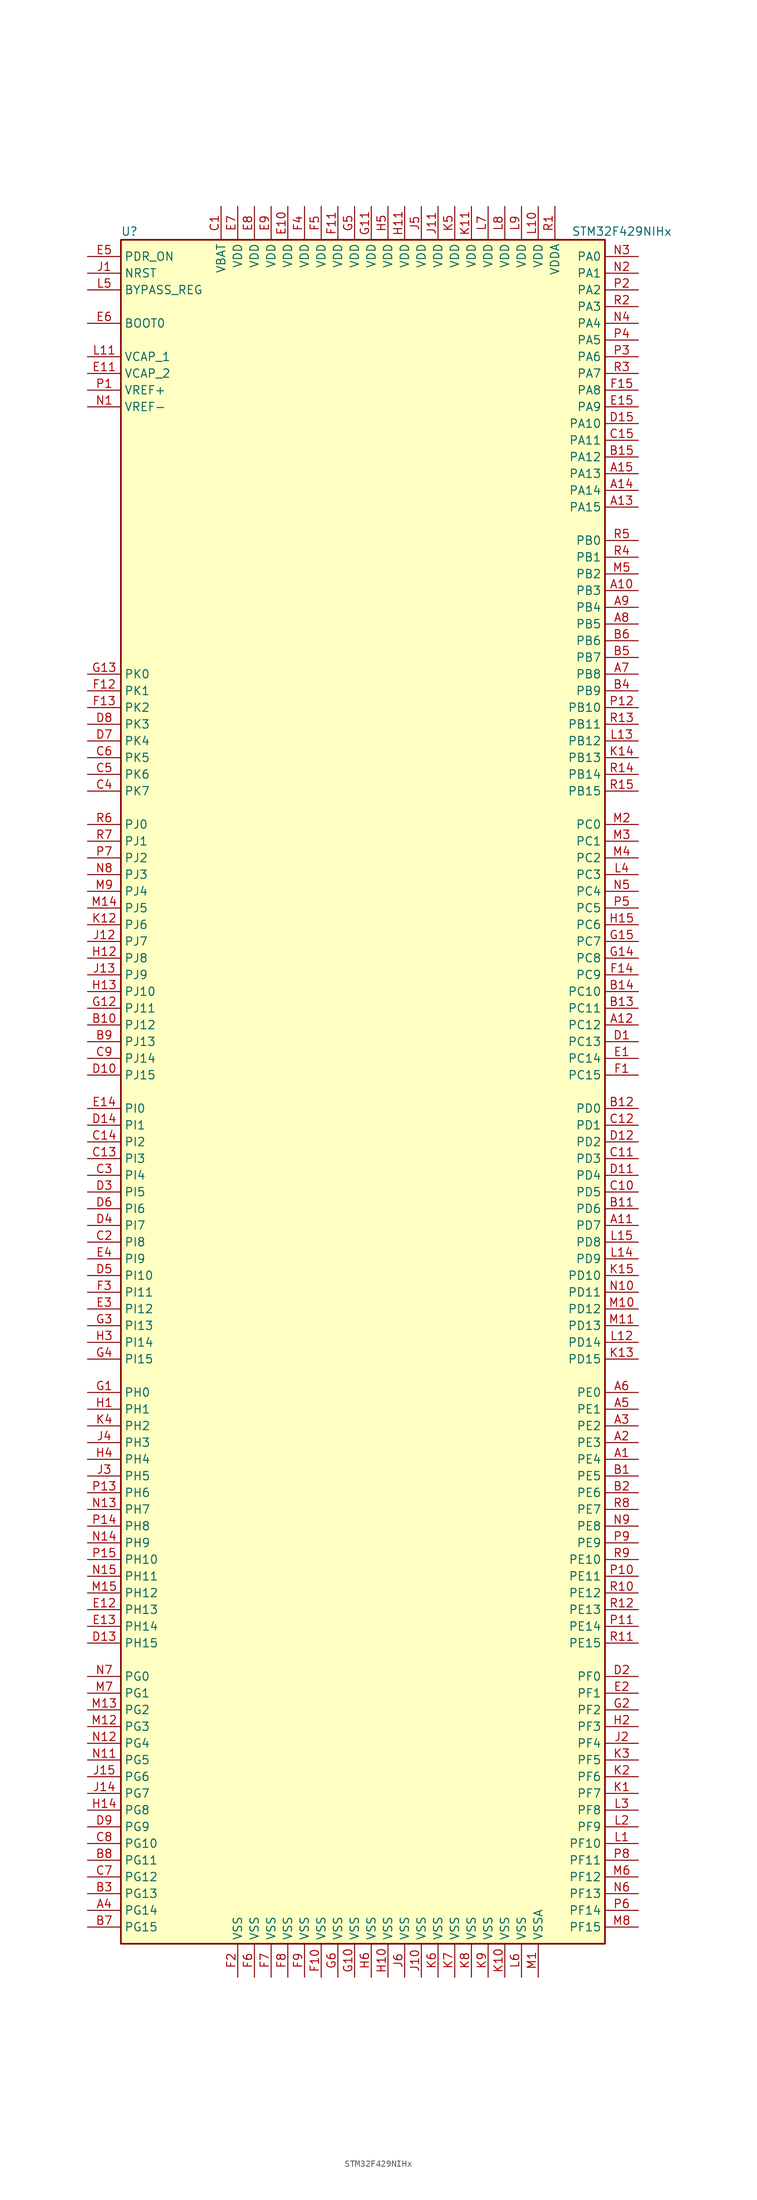
<source format=kicad_sym>
(kicad_symbol_lib
  (version 20201005)
  (generator kicad_symbol_editor)
  (symbol "MCU_ST_STM32F4:STM32F429NIHx"
    (property "Reference" "U"
      (at -38.1 130.81 0)
      (effects (font (size 1.27 1.27)) (justify left)))
    (property "Value" "STM32F429NIHx"
      (at 30.48 130.81 0)
      (effects (font (size 1.27 1.27)) (justify left)))
    (symbol "STM32F429NIHx_0_1"
      (rectangle (start -38.1 -129.54) (end 35.56 129.54) (stroke (width 0.254)) (fill (type background))))
    (symbol "STM32F429NIHx_1_1"
      (pin input line (at -43.18 116.84 0) (length 5.08) (name "BOOT0" (effects (font (size 1.27 1.27)))) (number "E6" (effects (font (size 1.27 1.27)))))
      (pin input line (at -43.18 121.92 0) (length 5.08) (name "BYPASS_REG" (effects (font (size 1.27 1.27)))) (number "L5" (effects (font (size 1.27 1.27)))))
      (pin input line (at -43.18 124.46 0) (length 5.08) (name "NRST" (effects (font (size 1.27 1.27)))) (number "J1" (effects (font (size 1.27 1.27)))))
      (pin bidirectional line (at 40.64 127 180) (length 5.08) (name "PA0" (effects (font (size 1.27 1.27)))) (number "N3" (effects (font (size 1.27 1.27)))))
      (pin bidirectional line (at 40.64 124.46 180) (length 5.08) (name "PA1" (effects (font (size 1.27 1.27)))) (number "N2" (effects (font (size 1.27 1.27)))))
      (pin bidirectional line (at 40.64 101.6 180) (length 5.08) (name "PA10" (effects (font (size 1.27 1.27)))) (number "D15" (effects (font (size 1.27 1.27)))))
      (pin bidirectional line (at 40.64 99.06 180) (length 5.08) (name "PA11" (effects (font (size 1.27 1.27)))) (number "C15" (effects (font (size 1.27 1.27)))))
      (pin bidirectional line (at 40.64 96.52 180) (length 5.08) (name "PA12" (effects (font (size 1.27 1.27)))) (number "B15" (effects (font (size 1.27 1.27)))))
      (pin bidirectional line (at 40.64 93.98 180) (length 5.08) (name "PA13" (effects (font (size 1.27 1.27)))) (number "A15" (effects (font (size 1.27 1.27)))))
      (pin bidirectional line (at 40.64 91.44 180) (length 5.08) (name "PA14" (effects (font (size 1.27 1.27)))) (number "A14" (effects (font (size 1.27 1.27)))))
      (pin bidirectional line (at 40.64 88.9 180) (length 5.08) (name "PA15" (effects (font (size 1.27 1.27)))) (number "A13" (effects (font (size 1.27 1.27)))))
      (pin bidirectional line (at 40.64 121.92 180) (length 5.08) (name "PA2" (effects (font (size 1.27 1.27)))) (number "P2" (effects (font (size 1.27 1.27)))))
      (pin bidirectional line (at 40.64 119.38 180) (length 5.08) (name "PA3" (effects (font (size 1.27 1.27)))) (number "R2" (effects (font (size 1.27 1.27)))))
      (pin bidirectional line (at 40.64 116.84 180) (length 5.08) (name "PA4" (effects (font (size 1.27 1.27)))) (number "N4" (effects (font (size 1.27 1.27)))))
      (pin bidirectional line (at 40.64 114.3 180) (length 5.08) (name "PA5" (effects (font (size 1.27 1.27)))) (number "P4" (effects (font (size 1.27 1.27)))))
      (pin bidirectional line (at 40.64 111.76 180) (length 5.08) (name "PA6" (effects (font (size 1.27 1.27)))) (number "P3" (effects (font (size 1.27 1.27)))))
      (pin bidirectional line (at 40.64 109.22 180) (length 5.08) (name "PA7" (effects (font (size 1.27 1.27)))) (number "R3" (effects (font (size 1.27 1.27)))))
      (pin bidirectional line (at 40.64 106.68 180) (length 5.08) (name "PA8" (effects (font (size 1.27 1.27)))) (number "F15" (effects (font (size 1.27 1.27)))))
      (pin bidirectional line (at 40.64 104.14 180) (length 5.08) (name "PA9" (effects (font (size 1.27 1.27)))) (number "E15" (effects (font (size 1.27 1.27)))))
      (pin bidirectional line (at 40.64 83.82 180) (length 5.08) (name "PB0" (effects (font (size 1.27 1.27)))) (number "R5" (effects (font (size 1.27 1.27)))))
      (pin bidirectional line (at 40.64 81.28 180) (length 5.08) (name "PB1" (effects (font (size 1.27 1.27)))) (number "R4" (effects (font (size 1.27 1.27)))))
      (pin bidirectional line (at 40.64 58.42 180) (length 5.08) (name "PB10" (effects (font (size 1.27 1.27)))) (number "P12" (effects (font (size 1.27 1.27)))))
      (pin bidirectional line (at 40.64 55.88 180) (length 5.08) (name "PB11" (effects (font (size 1.27 1.27)))) (number "R13" (effects (font (size 1.27 1.27)))))
      (pin bidirectional line (at 40.64 53.34 180) (length 5.08) (name "PB12" (effects (font (size 1.27 1.27)))) (number "L13" (effects (font (size 1.27 1.27)))))
      (pin bidirectional line (at 40.64 50.8 180) (length 5.08) (name "PB13" (effects (font (size 1.27 1.27)))) (number "K14" (effects (font (size 1.27 1.27)))))
      (pin bidirectional line (at 40.64 48.26 180) (length 5.08) (name "PB14" (effects (font (size 1.27 1.27)))) (number "R14" (effects (font (size 1.27 1.27)))))
      (pin bidirectional line (at 40.64 45.72 180) (length 5.08) (name "PB15" (effects (font (size 1.27 1.27)))) (number "R15" (effects (font (size 1.27 1.27)))))
      (pin bidirectional line (at 40.64 78.74 180) (length 5.08) (name "PB2" (effects (font (size 1.27 1.27)))) (number "M5" (effects (font (size 1.27 1.27)))))
      (pin bidirectional line (at 40.64 76.2 180) (length 5.08) (name "PB3" (effects (font (size 1.27 1.27)))) (number "A10" (effects (font (size 1.27 1.27)))))
      (pin bidirectional line (at 40.64 73.66 180) (length 5.08) (name "PB4" (effects (font (size 1.27 1.27)))) (number "A9" (effects (font (size 1.27 1.27)))))
      (pin bidirectional line (at 40.64 71.12 180) (length 5.08) (name "PB5" (effects (font (size 1.27 1.27)))) (number "A8" (effects (font (size 1.27 1.27)))))
      (pin bidirectional line (at 40.64 68.58 180) (length 5.08) (name "PB6" (effects (font (size 1.27 1.27)))) (number "B6" (effects (font (size 1.27 1.27)))))
      (pin bidirectional line (at 40.64 66.04 180) (length 5.08) (name "PB7" (effects (font (size 1.27 1.27)))) (number "B5" (effects (font (size 1.27 1.27)))))
      (pin bidirectional line (at 40.64 63.5 180) (length 5.08) (name "PB8" (effects (font (size 1.27 1.27)))) (number "A7" (effects (font (size 1.27 1.27)))))
      (pin bidirectional line (at 40.64 60.96 180) (length 5.08) (name "PB9" (effects (font (size 1.27 1.27)))) (number "B4" (effects (font (size 1.27 1.27)))))
      (pin bidirectional line (at 40.64 40.64 180) (length 5.08) (name "PC0" (effects (font (size 1.27 1.27)))) (number "M2" (effects (font (size 1.27 1.27)))))
      (pin bidirectional line (at 40.64 38.1 180) (length 5.08) (name "PC1" (effects (font (size 1.27 1.27)))) (number "M3" (effects (font (size 1.27 1.27)))))
      (pin bidirectional line (at 40.64 15.24 180) (length 5.08) (name "PC10" (effects (font (size 1.27 1.27)))) (number "B14" (effects (font (size 1.27 1.27)))))
      (pin bidirectional line (at 40.64 12.7 180) (length 5.08) (name "PC11" (effects (font (size 1.27 1.27)))) (number "B13" (effects (font (size 1.27 1.27)))))
      (pin bidirectional line (at 40.64 10.16 180) (length 5.08) (name "PC12" (effects (font (size 1.27 1.27)))) (number "A12" (effects (font (size 1.27 1.27)))))
      (pin bidirectional line (at 40.64 7.62 180) (length 5.08) (name "PC13" (effects (font (size 1.27 1.27)))) (number "D1" (effects (font (size 1.27 1.27)))))
      (pin bidirectional line (at 40.64 5.08 180) (length 5.08) (name "PC14" (effects (font (size 1.27 1.27)))) (number "E1" (effects (font (size 1.27 1.27)))))
      (pin bidirectional line (at 40.64 2.54 180) (length 5.08) (name "PC15" (effects (font (size 1.27 1.27)))) (number "F1" (effects (font (size 1.27 1.27)))))
      (pin bidirectional line (at 40.64 35.56 180) (length 5.08) (name "PC2" (effects (font (size 1.27 1.27)))) (number "M4" (effects (font (size 1.27 1.27)))))
      (pin bidirectional line (at 40.64 33.02 180) (length 5.08) (name "PC3" (effects (font (size 1.27 1.27)))) (number "L4" (effects (font (size 1.27 1.27)))))
      (pin bidirectional line (at 40.64 30.48 180) (length 5.08) (name "PC4" (effects (font (size 1.27 1.27)))) (number "N5" (effects (font (size 1.27 1.27)))))
      (pin bidirectional line (at 40.64 27.94 180) (length 5.08) (name "PC5" (effects (font (size 1.27 1.27)))) (number "P5" (effects (font (size 1.27 1.27)))))
      (pin bidirectional line (at 40.64 25.4 180) (length 5.08) (name "PC6" (effects (font (size 1.27 1.27)))) (number "H15" (effects (font (size 1.27 1.27)))))
      (pin bidirectional line (at 40.64 22.86 180) (length 5.08) (name "PC7" (effects (font (size 1.27 1.27)))) (number "G15" (effects (font (size 1.27 1.27)))))
      (pin bidirectional line (at 40.64 20.32 180) (length 5.08) (name "PC8" (effects (font (size 1.27 1.27)))) (number "G14" (effects (font (size 1.27 1.27)))))
      (pin bidirectional line (at 40.64 17.78 180) (length 5.08) (name "PC9" (effects (font (size 1.27 1.27)))) (number "F14" (effects (font (size 1.27 1.27)))))
      (pin bidirectional line (at 40.64 -2.54 180) (length 5.08) (name "PD0" (effects (font (size 1.27 1.27)))) (number "B12" (effects (font (size 1.27 1.27)))))
      (pin bidirectional line (at 40.64 -5.08 180) (length 5.08) (name "PD1" (effects (font (size 1.27 1.27)))) (number "C12" (effects (font (size 1.27 1.27)))))
      (pin bidirectional line (at 40.64 -27.94 180) (length 5.08) (name "PD10" (effects (font (size 1.27 1.27)))) (number "K15" (effects (font (size 1.27 1.27)))))
      (pin bidirectional line (at 40.64 -30.48 180) (length 5.08) (name "PD11" (effects (font (size 1.27 1.27)))) (number "N10" (effects (font (size 1.27 1.27)))))
      (pin bidirectional line (at 40.64 -33.02 180) (length 5.08) (name "PD12" (effects (font (size 1.27 1.27)))) (number "M10" (effects (font (size 1.27 1.27)))))
      (pin bidirectional line (at 40.64 -35.56 180) (length 5.08) (name "PD13" (effects (font (size 1.27 1.27)))) (number "M11" (effects (font (size 1.27 1.27)))))
      (pin bidirectional line (at 40.64 -38.1 180) (length 5.08) (name "PD14" (effects (font (size 1.27 1.27)))) (number "L12" (effects (font (size 1.27 1.27)))))
      (pin bidirectional line (at 40.64 -40.64 180) (length 5.08) (name "PD15" (effects (font (size 1.27 1.27)))) (number "K13" (effects (font (size 1.27 1.27)))))
      (pin bidirectional line (at 40.64 -7.62 180) (length 5.08) (name "PD2" (effects (font (size 1.27 1.27)))) (number "D12" (effects (font (size 1.27 1.27)))))
      (pin bidirectional line (at 40.64 -10.16 180) (length 5.08) (name "PD3" (effects (font (size 1.27 1.27)))) (number "C11" (effects (font (size 1.27 1.27)))))
      (pin bidirectional line (at 40.64 -12.7 180) (length 5.08) (name "PD4" (effects (font (size 1.27 1.27)))) (number "D11" (effects (font (size 1.27 1.27)))))
      (pin bidirectional line (at 40.64 -15.24 180) (length 5.08) (name "PD5" (effects (font (size 1.27 1.27)))) (number "C10" (effects (font (size 1.27 1.27)))))
      (pin bidirectional line (at 40.64 -17.78 180) (length 5.08) (name "PD6" (effects (font (size 1.27 1.27)))) (number "B11" (effects (font (size 1.27 1.27)))))
      (pin bidirectional line (at 40.64 -20.32 180) (length 5.08) (name "PD7" (effects (font (size 1.27 1.27)))) (number "A11" (effects (font (size 1.27 1.27)))))
      (pin bidirectional line (at 40.64 -22.86 180) (length 5.08) (name "PD8" (effects (font (size 1.27 1.27)))) (number "L15" (effects (font (size 1.27 1.27)))))
      (pin bidirectional line (at 40.64 -25.4 180) (length 5.08) (name "PD9" (effects (font (size 1.27 1.27)))) (number "L14" (effects (font (size 1.27 1.27)))))
      (pin input line (at -43.18 127 0) (length 5.08) (name "PDR_ON" (effects (font (size 1.27 1.27)))) (number "E5" (effects (font (size 1.27 1.27)))))
      (pin bidirectional line (at 40.64 -45.72 180) (length 5.08) (name "PE0" (effects (font (size 1.27 1.27)))) (number "A6" (effects (font (size 1.27 1.27)))))
      (pin bidirectional line (at 40.64 -48.26 180) (length 5.08) (name "PE1" (effects (font (size 1.27 1.27)))) (number "A5" (effects (font (size 1.27 1.27)))))
      (pin bidirectional line (at 40.64 -71.12 180) (length 5.08) (name "PE10" (effects (font (size 1.27 1.27)))) (number "R9" (effects (font (size 1.27 1.27)))))
      (pin bidirectional line (at 40.64 -73.66 180) (length 5.08) (name "PE11" (effects (font (size 1.27 1.27)))) (number "P10" (effects (font (size 1.27 1.27)))))
      (pin bidirectional line (at 40.64 -76.2 180) (length 5.08) (name "PE12" (effects (font (size 1.27 1.27)))) (number "R10" (effects (font (size 1.27 1.27)))))
      (pin bidirectional line (at 40.64 -78.74 180) (length 5.08) (name "PE13" (effects (font (size 1.27 1.27)))) (number "R12" (effects (font (size 1.27 1.27)))))
      (pin bidirectional line (at 40.64 -81.28 180) (length 5.08) (name "PE14" (effects (font (size 1.27 1.27)))) (number "P11" (effects (font (size 1.27 1.27)))))
      (pin bidirectional line (at 40.64 -83.82 180) (length 5.08) (name "PE15" (effects (font (size 1.27 1.27)))) (number "R11" (effects (font (size 1.27 1.27)))))
      (pin bidirectional line (at 40.64 -50.8 180) (length 5.08) (name "PE2" (effects (font (size 1.27 1.27)))) (number "A3" (effects (font (size 1.27 1.27)))))
      (pin bidirectional line (at 40.64 -53.34 180) (length 5.08) (name "PE3" (effects (font (size 1.27 1.27)))) (number "A2" (effects (font (size 1.27 1.27)))))
      (pin bidirectional line (at 40.64 -55.88 180) (length 5.08) (name "PE4" (effects (font (size 1.27 1.27)))) (number "A1" (effects (font (size 1.27 1.27)))))
      (pin bidirectional line (at 40.64 -58.42 180) (length 5.08) (name "PE5" (effects (font (size 1.27 1.27)))) (number "B1" (effects (font (size 1.27 1.27)))))
      (pin bidirectional line (at 40.64 -60.96 180) (length 5.08) (name "PE6" (effects (font (size 1.27 1.27)))) (number "B2" (effects (font (size 1.27 1.27)))))
      (pin bidirectional line (at 40.64 -63.5 180) (length 5.08) (name "PE7" (effects (font (size 1.27 1.27)))) (number "R8" (effects (font (size 1.27 1.27)))))
      (pin bidirectional line (at 40.64 -66.04 180) (length 5.08) (name "PE8" (effects (font (size 1.27 1.27)))) (number "N9" (effects (font (size 1.27 1.27)))))
      (pin bidirectional line (at 40.64 -68.58 180) (length 5.08) (name "PE9" (effects (font (size 1.27 1.27)))) (number "P9" (effects (font (size 1.27 1.27)))))
      (pin bidirectional line (at 40.64 -88.9 180) (length 5.08) (name "PF0" (effects (font (size 1.27 1.27)))) (number "D2" (effects (font (size 1.27 1.27)))))
      (pin bidirectional line (at 40.64 -91.44 180) (length 5.08) (name "PF1" (effects (font (size 1.27 1.27)))) (number "E2" (effects (font (size 1.27 1.27)))))
      (pin bidirectional line (at 40.64 -114.3 180) (length 5.08) (name "PF10" (effects (font (size 1.27 1.27)))) (number "L1" (effects (font (size 1.27 1.27)))))
      (pin bidirectional line (at 40.64 -116.84 180) (length 5.08) (name "PF11" (effects (font (size 1.27 1.27)))) (number "P8" (effects (font (size 1.27 1.27)))))
      (pin bidirectional line (at 40.64 -119.38 180) (length 5.08) (name "PF12" (effects (font (size 1.27 1.27)))) (number "M6" (effects (font (size 1.27 1.27)))))
      (pin bidirectional line (at 40.64 -121.92 180) (length 5.08) (name "PF13" (effects (font (size 1.27 1.27)))) (number "N6" (effects (font (size 1.27 1.27)))))
      (pin bidirectional line (at 40.64 -124.46 180) (length 5.08) (name "PF14" (effects (font (size 1.27 1.27)))) (number "P6" (effects (font (size 1.27 1.27)))))
      (pin bidirectional line (at 40.64 -127 180) (length 5.08) (name "PF15" (effects (font (size 1.27 1.27)))) (number "M8" (effects (font (size 1.27 1.27)))))
      (pin bidirectional line (at 40.64 -93.98 180) (length 5.08) (name "PF2" (effects (font (size 1.27 1.27)))) (number "G2" (effects (font (size 1.27 1.27)))))
      (pin bidirectional line (at 40.64 -96.52 180) (length 5.08) (name "PF3" (effects (font (size 1.27 1.27)))) (number "H2" (effects (font (size 1.27 1.27)))))
      (pin bidirectional line (at 40.64 -99.06 180) (length 5.08) (name "PF4" (effects (font (size 1.27 1.27)))) (number "J2" (effects (font (size 1.27 1.27)))))
      (pin bidirectional line (at 40.64 -101.6 180) (length 5.08) (name "PF5" (effects (font (size 1.27 1.27)))) (number "K3" (effects (font (size 1.27 1.27)))))
      (pin bidirectional line (at 40.64 -104.14 180) (length 5.08) (name "PF6" (effects (font (size 1.27 1.27)))) (number "K2" (effects (font (size 1.27 1.27)))))
      (pin bidirectional line (at 40.64 -106.68 180) (length 5.08) (name "PF7" (effects (font (size 1.27 1.27)))) (number "K1" (effects (font (size 1.27 1.27)))))
      (pin bidirectional line (at 40.64 -109.22 180) (length 5.08) (name "PF8" (effects (font (size 1.27 1.27)))) (number "L3" (effects (font (size 1.27 1.27)))))
      (pin bidirectional line (at 40.64 -111.76 180) (length 5.08) (name "PF9" (effects (font (size 1.27 1.27)))) (number "L2" (effects (font (size 1.27 1.27)))))
      (pin bidirectional line (at -43.18 -88.9 0) (length 5.08) (name "PG0" (effects (font (size 1.27 1.27)))) (number "N7" (effects (font (size 1.27 1.27)))))
      (pin bidirectional line (at -43.18 -91.44 0) (length 5.08) (name "PG1" (effects (font (size 1.27 1.27)))) (number "M7" (effects (font (size 1.27 1.27)))))
      (pin bidirectional line (at -43.18 -114.3 0) (length 5.08) (name "PG10" (effects (font (size 1.27 1.27)))) (number "C8" (effects (font (size 1.27 1.27)))))
      (pin bidirectional line (at -43.18 -116.84 0) (length 5.08) (name "PG11" (effects (font (size 1.27 1.27)))) (number "B8" (effects (font (size 1.27 1.27)))))
      (pin bidirectional line (at -43.18 -119.38 0) (length 5.08) (name "PG12" (effects (font (size 1.27 1.27)))) (number "C7" (effects (font (size 1.27 1.27)))))
      (pin bidirectional line (at -43.18 -121.92 0) (length 5.08) (name "PG13" (effects (font (size 1.27 1.27)))) (number "B3" (effects (font (size 1.27 1.27)))))
      (pin bidirectional line (at -43.18 -124.46 0) (length 5.08) (name "PG14" (effects (font (size 1.27 1.27)))) (number "A4" (effects (font (size 1.27 1.27)))))
      (pin bidirectional line (at -43.18 -127 0) (length 5.08) (name "PG15" (effects (font (size 1.27 1.27)))) (number "B7" (effects (font (size 1.27 1.27)))))
      (pin bidirectional line (at -43.18 -93.98 0) (length 5.08) (name "PG2" (effects (font (size 1.27 1.27)))) (number "M13" (effects (font (size 1.27 1.27)))))
      (pin bidirectional line (at -43.18 -96.52 0) (length 5.08) (name "PG3" (effects (font (size 1.27 1.27)))) (number "M12" (effects (font (size 1.27 1.27)))))
      (pin bidirectional line (at -43.18 -99.06 0) (length 5.08) (name "PG4" (effects (font (size 1.27 1.27)))) (number "N12" (effects (font (size 1.27 1.27)))))
      (pin bidirectional line (at -43.18 -101.6 0) (length 5.08) (name "PG5" (effects (font (size 1.27 1.27)))) (number "N11" (effects (font (size 1.27 1.27)))))
      (pin bidirectional line (at -43.18 -104.14 0) (length 5.08) (name "PG6" (effects (font (size 1.27 1.27)))) (number "J15" (effects (font (size 1.27 1.27)))))
      (pin bidirectional line (at -43.18 -106.68 0) (length 5.08) (name "PG7" (effects (font (size 1.27 1.27)))) (number "J14" (effects (font (size 1.27 1.27)))))
      (pin bidirectional line (at -43.18 -109.22 0) (length 5.08) (name "PG8" (effects (font (size 1.27 1.27)))) (number "H14" (effects (font (size 1.27 1.27)))))
      (pin bidirectional line (at -43.18 -111.76 0) (length 5.08) (name "PG9" (effects (font (size 1.27 1.27)))) (number "D9" (effects (font (size 1.27 1.27)))))
      (pin input line (at -43.18 -45.72 0) (length 5.08) (name "PH0" (effects (font (size 1.27 1.27)))) (number "G1" (effects (font (size 1.27 1.27)))))
      (pin input line (at -43.18 -48.26 0) (length 5.08) (name "PH1" (effects (font (size 1.27 1.27)))) (number "H1" (effects (font (size 1.27 1.27)))))
      (pin bidirectional line (at -43.18 -71.12 0) (length 5.08) (name "PH10" (effects (font (size 1.27 1.27)))) (number "P15" (effects (font (size 1.27 1.27)))))
      (pin bidirectional line (at -43.18 -73.66 0) (length 5.08) (name "PH11" (effects (font (size 1.27 1.27)))) (number "N15" (effects (font (size 1.27 1.27)))))
      (pin bidirectional line (at -43.18 -76.2 0) (length 5.08) (name "PH12" (effects (font (size 1.27 1.27)))) (number "M15" (effects (font (size 1.27 1.27)))))
      (pin bidirectional line (at -43.18 -78.74 0) (length 5.08) (name "PH13" (effects (font (size 1.27 1.27)))) (number "E12" (effects (font (size 1.27 1.27)))))
      (pin bidirectional line (at -43.18 -81.28 0) (length 5.08) (name "PH14" (effects (font (size 1.27 1.27)))) (number "E13" (effects (font (size 1.27 1.27)))))
      (pin bidirectional line (at -43.18 -83.82 0) (length 5.08) (name "PH15" (effects (font (size 1.27 1.27)))) (number "D13" (effects (font (size 1.27 1.27)))))
      (pin bidirectional line (at -43.18 -50.8 0) (length 5.08) (name "PH2" (effects (font (size 1.27 1.27)))) (number "K4" (effects (font (size 1.27 1.27)))))
      (pin bidirectional line (at -43.18 -53.34 0) (length 5.08) (name "PH3" (effects (font (size 1.27 1.27)))) (number "J4" (effects (font (size 1.27 1.27)))))
      (pin bidirectional line (at -43.18 -55.88 0) (length 5.08) (name "PH4" (effects (font (size 1.27 1.27)))) (number "H4" (effects (font (size 1.27 1.27)))))
      (pin bidirectional line (at -43.18 -58.42 0) (length 5.08) (name "PH5" (effects (font (size 1.27 1.27)))) (number "J3" (effects (font (size 1.27 1.27)))))
      (pin bidirectional line (at -43.18 -60.96 0) (length 5.08) (name "PH6" (effects (font (size 1.27 1.27)))) (number "P13" (effects (font (size 1.27 1.27)))))
      (pin bidirectional line (at -43.18 -63.5 0) (length 5.08) (name "PH7" (effects (font (size 1.27 1.27)))) (number "N13" (effects (font (size 1.27 1.27)))))
      (pin bidirectional line (at -43.18 -66.04 0) (length 5.08) (name "PH8" (effects (font (size 1.27 1.27)))) (number "P14" (effects (font (size 1.27 1.27)))))
      (pin bidirectional line (at -43.18 -68.58 0) (length 5.08) (name "PH9" (effects (font (size 1.27 1.27)))) (number "N14" (effects (font (size 1.27 1.27)))))
      (pin bidirectional line (at -43.18 -2.54 0) (length 5.08) (name "PI0" (effects (font (size 1.27 1.27)))) (number "E14" (effects (font (size 1.27 1.27)))))
      (pin bidirectional line (at -43.18 -5.08 0) (length 5.08) (name "PI1" (effects (font (size 1.27 1.27)))) (number "D14" (effects (font (size 1.27 1.27)))))
      (pin bidirectional line (at -43.18 -27.94 0) (length 5.08) (name "PI10" (effects (font (size 1.27 1.27)))) (number "D5" (effects (font (size 1.27 1.27)))))
      (pin bidirectional line (at -43.18 -30.48 0) (length 5.08) (name "PI11" (effects (font (size 1.27 1.27)))) (number "F3" (effects (font (size 1.27 1.27)))))
      (pin bidirectional line (at -43.18 -33.02 0) (length 5.08) (name "PI12" (effects (font (size 1.27 1.27)))) (number "E3" (effects (font (size 1.27 1.27)))))
      (pin bidirectional line (at -43.18 -35.56 0) (length 5.08) (name "PI13" (effects (font (size 1.27 1.27)))) (number "G3" (effects (font (size 1.27 1.27)))))
      (pin bidirectional line (at -43.18 -38.1 0) (length 5.08) (name "PI14" (effects (font (size 1.27 1.27)))) (number "H3" (effects (font (size 1.27 1.27)))))
      (pin bidirectional line (at -43.18 -40.64 0) (length 5.08) (name "PI15" (effects (font (size 1.27 1.27)))) (number "G4" (effects (font (size 1.27 1.27)))))
      (pin bidirectional line (at -43.18 -7.62 0) (length 5.08) (name "PI2" (effects (font (size 1.27 1.27)))) (number "C14" (effects (font (size 1.27 1.27)))))
      (pin bidirectional line (at -43.18 -10.16 0) (length 5.08) (name "PI3" (effects (font (size 1.27 1.27)))) (number "C13" (effects (font (size 1.27 1.27)))))
      (pin bidirectional line (at -43.18 -12.7 0) (length 5.08) (name "PI4" (effects (font (size 1.27 1.27)))) (number "C3" (effects (font (size 1.27 1.27)))))
      (pin bidirectional line (at -43.18 -15.24 0) (length 5.08) (name "PI5" (effects (font (size 1.27 1.27)))) (number "D3" (effects (font (size 1.27 1.27)))))
      (pin bidirectional line (at -43.18 -17.78 0) (length 5.08) (name "PI6" (effects (font (size 1.27 1.27)))) (number "D6" (effects (font (size 1.27 1.27)))))
      (pin bidirectional line (at -43.18 -20.32 0) (length 5.08) (name "PI7" (effects (font (size 1.27 1.27)))) (number "D4" (effects (font (size 1.27 1.27)))))
      (pin bidirectional line (at -43.18 -22.86 0) (length 5.08) (name "PI8" (effects (font (size 1.27 1.27)))) (number "C2" (effects (font (size 1.27 1.27)))))
      (pin bidirectional line (at -43.18 -25.4 0) (length 5.08) (name "PI9" (effects (font (size 1.27 1.27)))) (number "E4" (effects (font (size 1.27 1.27)))))
      (pin bidirectional line (at -43.18 40.64 0) (length 5.08) (name "PJ0" (effects (font (size 1.27 1.27)))) (number "R6" (effects (font (size 1.27 1.27)))))
      (pin bidirectional line (at -43.18 38.1 0) (length 5.08) (name "PJ1" (effects (font (size 1.27 1.27)))) (number "R7" (effects (font (size 1.27 1.27)))))
      (pin bidirectional line (at -43.18 15.24 0) (length 5.08) (name "PJ10" (effects (font (size 1.27 1.27)))) (number "H13" (effects (font (size 1.27 1.27)))))
      (pin bidirectional line (at -43.18 12.7 0) (length 5.08) (name "PJ11" (effects (font (size 1.27 1.27)))) (number "G12" (effects (font (size 1.27 1.27)))))
      (pin bidirectional line (at -43.18 10.16 0) (length 5.08) (name "PJ12" (effects (font (size 1.27 1.27)))) (number "B10" (effects (font (size 1.27 1.27)))))
      (pin bidirectional line (at -43.18 7.62 0) (length 5.08) (name "PJ13" (effects (font (size 1.27 1.27)))) (number "B9" (effects (font (size 1.27 1.27)))))
      (pin bidirectional line (at -43.18 5.08 0) (length 5.08) (name "PJ14" (effects (font (size 1.27 1.27)))) (number "C9" (effects (font (size 1.27 1.27)))))
      (pin bidirectional line (at -43.18 2.54 0) (length 5.08) (name "PJ15" (effects (font (size 1.27 1.27)))) (number "D10" (effects (font (size 1.27 1.27)))))
      (pin bidirectional line (at -43.18 35.56 0) (length 5.08) (name "PJ2" (effects (font (size 1.27 1.27)))) (number "P7" (effects (font (size 1.27 1.27)))))
      (pin bidirectional line (at -43.18 33.02 0) (length 5.08) (name "PJ3" (effects (font (size 1.27 1.27)))) (number "N8" (effects (font (size 1.27 1.27)))))
      (pin bidirectional line (at -43.18 30.48 0) (length 5.08) (name "PJ4" (effects (font (size 1.27 1.27)))) (number "M9" (effects (font (size 1.27 1.27)))))
      (pin bidirectional line (at -43.18 27.94 0) (length 5.08) (name "PJ5" (effects (font (size 1.27 1.27)))) (number "M14" (effects (font (size 1.27 1.27)))))
      (pin bidirectional line (at -43.18 25.4 0) (length 5.08) (name "PJ6" (effects (font (size 1.27 1.27)))) (number "K12" (effects (font (size 1.27 1.27)))))
      (pin bidirectional line (at -43.18 22.86 0) (length 5.08) (name "PJ7" (effects (font (size 1.27 1.27)))) (number "J12" (effects (font (size 1.27 1.27)))))
      (pin bidirectional line (at -43.18 20.32 0) (length 5.08) (name "PJ8" (effects (font (size 1.27 1.27)))) (number "H12" (effects (font (size 1.27 1.27)))))
      (pin bidirectional line (at -43.18 17.78 0) (length 5.08) (name "PJ9" (effects (font (size 1.27 1.27)))) (number "J13" (effects (font (size 1.27 1.27)))))
      (pin bidirectional line (at -43.18 63.5 0) (length 5.08) (name "PK0" (effects (font (size 1.27 1.27)))) (number "G13" (effects (font (size 1.27 1.27)))))
      (pin bidirectional line (at -43.18 60.96 0) (length 5.08) (name "PK1" (effects (font (size 1.27 1.27)))) (number "F12" (effects (font (size 1.27 1.27)))))
      (pin bidirectional line (at -43.18 58.42 0) (length 5.08) (name "PK2" (effects (font (size 1.27 1.27)))) (number "F13" (effects (font (size 1.27 1.27)))))
      (pin bidirectional line (at -43.18 55.88 0) (length 5.08) (name "PK3" (effects (font (size 1.27 1.27)))) (number "D8" (effects (font (size 1.27 1.27)))))
      (pin bidirectional line (at -43.18 53.34 0) (length 5.08) (name "PK4" (effects (font (size 1.27 1.27)))) (number "D7" (effects (font (size 1.27 1.27)))))
      (pin bidirectional line (at -43.18 50.8 0) (length 5.08) (name "PK5" (effects (font (size 1.27 1.27)))) (number "C6" (effects (font (size 1.27 1.27)))))
      (pin bidirectional line (at -43.18 48.26 0) (length 5.08) (name "PK6" (effects (font (size 1.27 1.27)))) (number "C5" (effects (font (size 1.27 1.27)))))
      (pin bidirectional line (at -43.18 45.72 0) (length 5.08) (name "PK7" (effects (font (size 1.27 1.27)))) (number "C4" (effects (font (size 1.27 1.27)))))
      (pin power_in line (at -22.86 134.62 270) (length 5.08) (name "VBAT" (effects (font (size 1.27 1.27)))) (number "C1" (effects (font (size 1.27 1.27)))))
      (pin power_in line (at -43.18 111.76 0) (length 5.08) (name "VCAP_1" (effects (font (size 1.27 1.27)))) (number "L11" (effects (font (size 1.27 1.27)))))
      (pin power_in line (at -43.18 109.22 0) (length 5.08) (name "VCAP_2" (effects (font (size 1.27 1.27)))) (number "E11" (effects (font (size 1.27 1.27)))))
      (pin power_in line (at -12.7 134.62 270) (length 5.08) (name "VDD" (effects (font (size 1.27 1.27)))) (number "E10" (effects (font (size 1.27 1.27)))))
      (pin power_in line (at -20.32 134.62 270) (length 5.08) (name "VDD" (effects (font (size 1.27 1.27)))) (number "E7" (effects (font (size 1.27 1.27)))))
      (pin power_in line (at -17.78 134.62 270) (length 5.08) (name "VDD" (effects (font (size 1.27 1.27)))) (number "E8" (effects (font (size 1.27 1.27)))))
      (pin power_in line (at -15.24 134.62 270) (length 5.08) (name "VDD" (effects (font (size 1.27 1.27)))) (number "E9" (effects (font (size 1.27 1.27)))))
      (pin power_in line (at -5.08 134.62 270) (length 5.08) (name "VDD" (effects (font (size 1.27 1.27)))) (number "F11" (effects (font (size 1.27 1.27)))))
      (pin power_in line (at -10.16 134.62 270) (length 5.08) (name "VDD" (effects (font (size 1.27 1.27)))) (number "F4" (effects (font (size 1.27 1.27)))))
      (pin power_in line (at -7.62 134.62 270) (length 5.08) (name "VDD" (effects (font (size 1.27 1.27)))) (number "F5" (effects (font (size 1.27 1.27)))))
      (pin power_in line (at 0 134.62 270) (length 5.08) (name "VDD" (effects (font (size 1.27 1.27)))) (number "G11" (effects (font (size 1.27 1.27)))))
      (pin power_in line (at -2.54 134.62 270) (length 5.08) (name "VDD" (effects (font (size 1.27 1.27)))) (number "G5" (effects (font (size 1.27 1.27)))))
      (pin power_in line (at 5.08 134.62 270) (length 5.08) (name "VDD" (effects (font (size 1.27 1.27)))) (number "H11" (effects (font (size 1.27 1.27)))))
      (pin power_in line (at 2.54 134.62 270) (length 5.08) (name "VDD" (effects (font (size 1.27 1.27)))) (number "H5" (effects (font (size 1.27 1.27)))))
      (pin power_in line (at 10.16 134.62 270) (length 5.08) (name "VDD" (effects (font (size 1.27 1.27)))) (number "J11" (effects (font (size 1.27 1.27)))))
      (pin power_in line (at 7.62 134.62 270) (length 5.08) (name "VDD" (effects (font (size 1.27 1.27)))) (number "J5" (effects (font (size 1.27 1.27)))))
      (pin power_in line (at 15.24 134.62 270) (length 5.08) (name "VDD" (effects (font (size 1.27 1.27)))) (number "K11" (effects (font (size 1.27 1.27)))))
      (pin power_in line (at 12.7 134.62 270) (length 5.08) (name "VDD" (effects (font (size 1.27 1.27)))) (number "K5" (effects (font (size 1.27 1.27)))))
      (pin power_in line (at 25.4 134.62 270) (length 5.08) (name "VDD" (effects (font (size 1.27 1.27)))) (number "L10" (effects (font (size 1.27 1.27)))))
      (pin power_in line (at 17.78 134.62 270) (length 5.08) (name "VDD" (effects (font (size 1.27 1.27)))) (number "L7" (effects (font (size 1.27 1.27)))))
      (pin power_in line (at 20.32 134.62 270) (length 5.08) (name "VDD" (effects (font (size 1.27 1.27)))) (number "L8" (effects (font (size 1.27 1.27)))))
      (pin power_in line (at 22.86 134.62 270) (length 5.08) (name "VDD" (effects (font (size 1.27 1.27)))) (number "L9" (effects (font (size 1.27 1.27)))))
      (pin power_in line (at 27.94 134.62 270) (length 5.08) (name "VDDA" (effects (font (size 1.27 1.27)))) (number "R1" (effects (font (size 1.27 1.27)))))
      (pin power_in line (at -43.18 106.68 0) (length 5.08) (name "VREF+" (effects (font (size 1.27 1.27)))) (number "P1" (effects (font (size 1.27 1.27)))))
      (pin power_in line (at -43.18 104.14 0) (length 5.08) (name "VREF-" (effects (font (size 1.27 1.27)))) (number "N1" (effects (font (size 1.27 1.27)))))
      (pin power_in line (at -7.62 -134.62 90) (length 5.08) (name "VSS" (effects (font (size 1.27 1.27)))) (number "F10" (effects (font (size 1.27 1.27)))))
      (pin power_in line (at -20.32 -134.62 90) (length 5.08) (name "VSS" (effects (font (size 1.27 1.27)))) (number "F2" (effects (font (size 1.27 1.27)))))
      (pin power_in line (at -17.78 -134.62 90) (length 5.08) (name "VSS" (effects (font (size 1.27 1.27)))) (number "F6" (effects (font (size 1.27 1.27)))))
      (pin power_in line (at -15.24 -134.62 90) (length 5.08) (name "VSS" (effects (font (size 1.27 1.27)))) (number "F7" (effects (font (size 1.27 1.27)))))
      (pin power_in line (at -12.7 -134.62 90) (length 5.08) (name "VSS" (effects (font (size 1.27 1.27)))) (number "F8" (effects (font (size 1.27 1.27)))))
      (pin power_in line (at -10.16 -134.62 90) (length 5.08) (name "VSS" (effects (font (size 1.27 1.27)))) (number "F9" (effects (font (size 1.27 1.27)))))
      (pin power_in line (at -2.54 -134.62 90) (length 5.08) (name "VSS" (effects (font (size 1.27 1.27)))) (number "G10" (effects (font (size 1.27 1.27)))))
      (pin power_in line (at -5.08 -134.62 90) (length 5.08) (name "VSS" (effects (font (size 1.27 1.27)))) (number "G6" (effects (font (size 1.27 1.27)))))
      (pin power_in line (at 2.54 -134.62 90) (length 5.08) (name "VSS" (effects (font (size 1.27 1.27)))) (number "H10" (effects (font (size 1.27 1.27)))))
      (pin power_in line (at 0 -134.62 90) (length 5.08) (name "VSS" (effects (font (size 1.27 1.27)))) (number "H6" (effects (font (size 1.27 1.27)))))
      (pin power_in line (at 7.62 -134.62 90) (length 5.08) (name "VSS" (effects (font (size 1.27 1.27)))) (number "J10" (effects (font (size 1.27 1.27)))))
      (pin power_in line (at 5.08 -134.62 90) (length 5.08) (name "VSS" (effects (font (size 1.27 1.27)))) (number "J6" (effects (font (size 1.27 1.27)))))
      (pin power_in line (at 20.32 -134.62 90) (length 5.08) (name "VSS" (effects (font (size 1.27 1.27)))) (number "K10" (effects (font (size 1.27 1.27)))))
      (pin power_in line (at 10.16 -134.62 90) (length 5.08) (name "VSS" (effects (font (size 1.27 1.27)))) (number "K6" (effects (font (size 1.27 1.27)))))
      (pin power_in line (at 12.7 -134.62 90) (length 5.08) (name "VSS" (effects (font (size 1.27 1.27)))) (number "K7" (effects (font (size 1.27 1.27)))))
      (pin power_in line (at 15.24 -134.62 90) (length 5.08) (name "VSS" (effects (font (size 1.27 1.27)))) (number "K8" (effects (font (size 1.27 1.27)))))
      (pin power_in line (at 17.78 -134.62 90) (length 5.08) (name "VSS" (effects (font (size 1.27 1.27)))) (number "K9" (effects (font (size 1.27 1.27)))))
      (pin power_in line (at 22.86 -134.62 90) (length 5.08) (name "VSS" (effects (font (size 1.27 1.27)))) (number "L6" (effects (font (size 1.27 1.27)))))
      (pin power_in line (at 25.4 -134.62 90) (length 5.08) (name "VSSA" (effects (font (size 1.27 1.27)))) (number "M1" (effects (font (size 1.27 1.27))))))))
</source>
